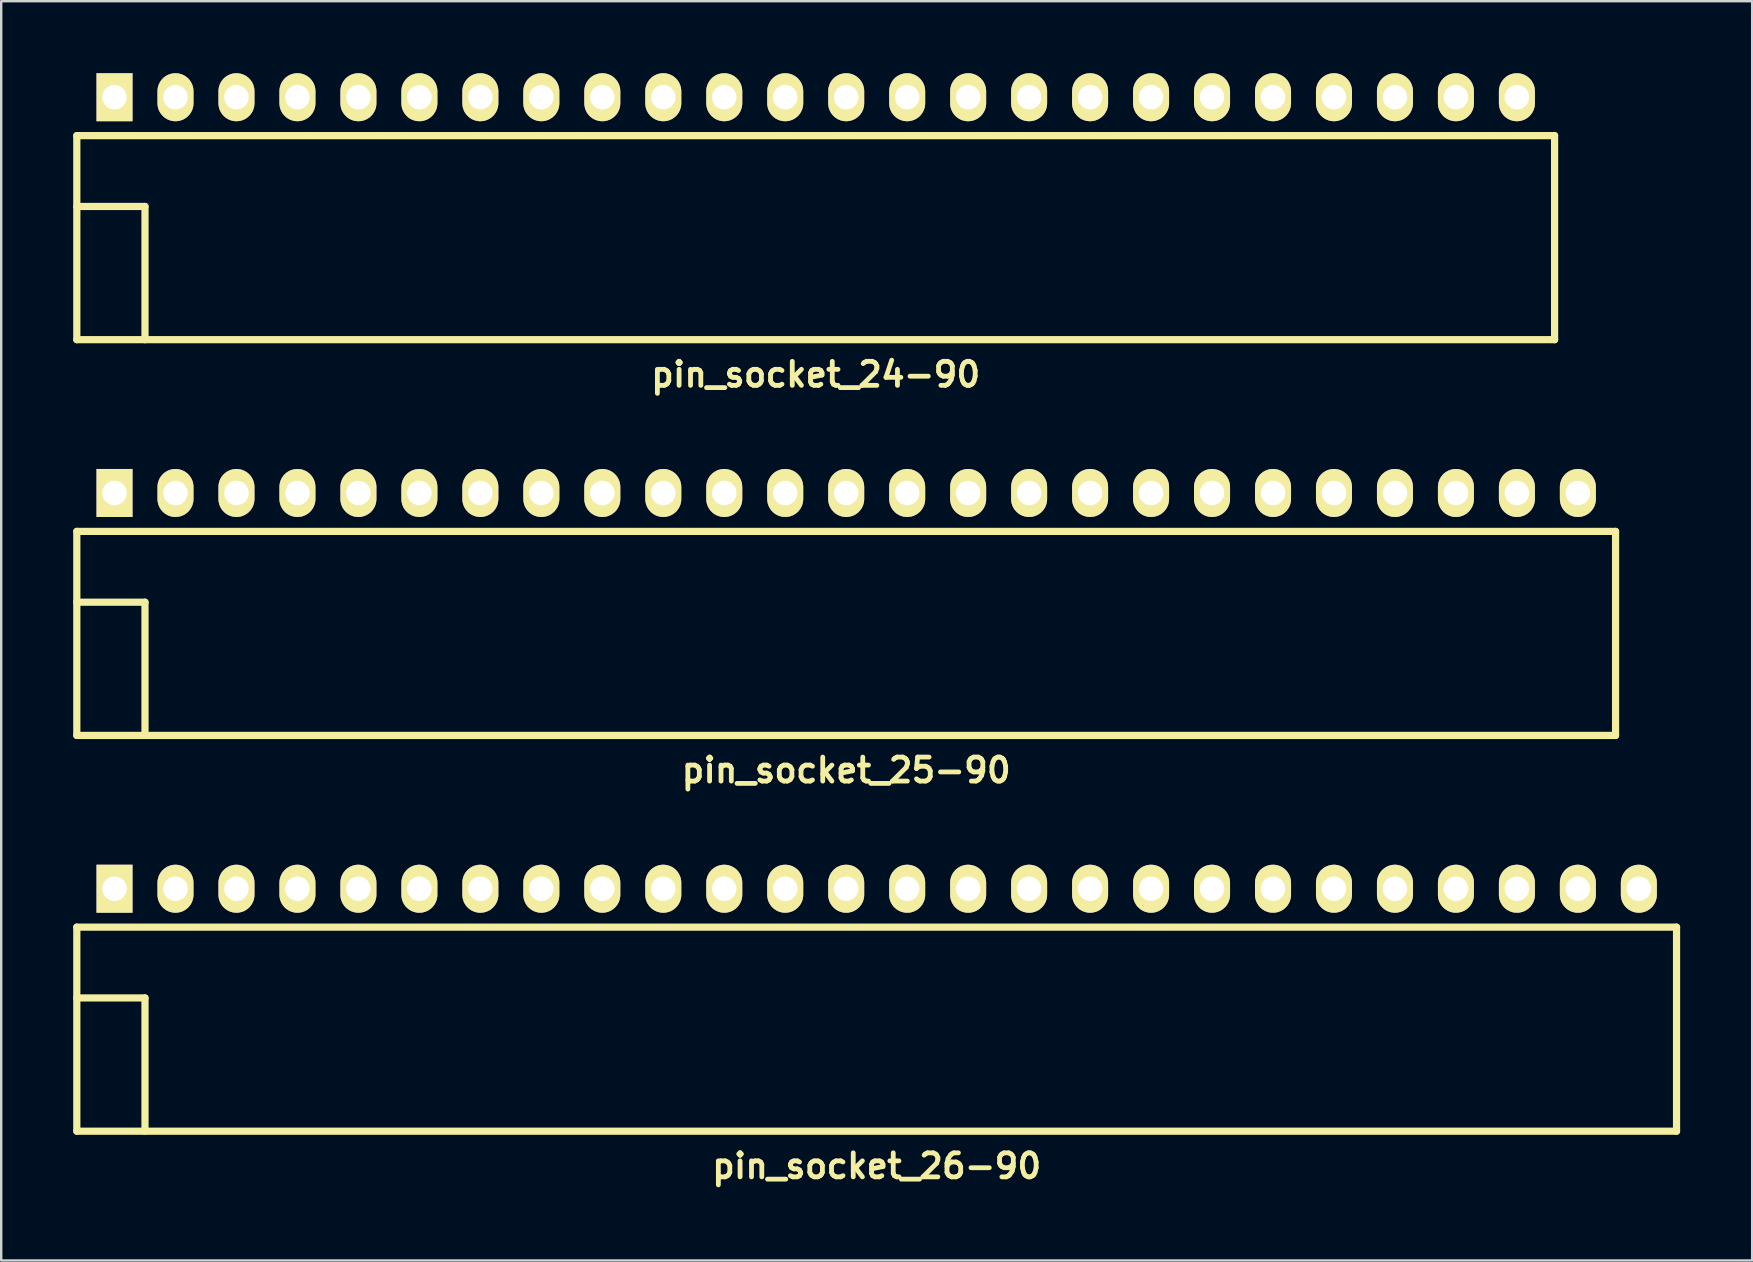
<source format=kicad_pcb>
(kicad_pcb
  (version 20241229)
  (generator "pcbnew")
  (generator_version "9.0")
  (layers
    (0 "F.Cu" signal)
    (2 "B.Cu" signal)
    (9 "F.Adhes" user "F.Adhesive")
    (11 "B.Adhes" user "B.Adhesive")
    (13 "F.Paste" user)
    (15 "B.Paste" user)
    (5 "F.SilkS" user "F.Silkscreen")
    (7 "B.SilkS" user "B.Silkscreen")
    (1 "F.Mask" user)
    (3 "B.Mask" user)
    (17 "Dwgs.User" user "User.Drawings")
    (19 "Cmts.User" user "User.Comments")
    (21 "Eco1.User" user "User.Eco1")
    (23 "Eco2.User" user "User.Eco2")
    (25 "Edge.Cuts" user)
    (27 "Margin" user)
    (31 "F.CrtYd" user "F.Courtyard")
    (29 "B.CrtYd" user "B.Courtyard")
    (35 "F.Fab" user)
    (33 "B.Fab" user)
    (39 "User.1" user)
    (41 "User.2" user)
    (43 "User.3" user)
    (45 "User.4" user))
  (footprint "pin_socket_25-90"
    (layer "F.Cu")
    (at 32.2 22.036)
    (property "Reference" "pin_socket_25-90" (at 0 7 0) (layer "F.SilkS") (effects (font (size 1 1) (thickness 0.2))))
    (attr through_hole)
    (fp_line (start -32.05 -2.95) (end -32.05 5.55) (stroke (width 0.3) (type solid)) (layer "F.SilkS"))
    (fp_line (start -32.05 -2.95) (end 32.05 -2.95) (stroke (width 0.3) (type solid)) (layer "F.SilkS"))
    (fp_line (start -32.05 0) (end -29.21 0) (stroke (width 0.3) (type solid)) (layer "F.SilkS"))
    (fp_line (start -32.05 5.55) (end 32.05 5.55) (stroke (width 0.3) (type solid)) (layer "F.SilkS"))
    (fp_line (start -29.21 0) (end -29.21 5.55) (stroke (width 0.3) (type solid)) (layer "F.SilkS"))
    (fp_line (start 32.05 -2.95) (end 32.05 5.55) (stroke (width 0.3) (type solid)) (layer "F.SilkS"))
    (pad "1" thru_hole rect (at -30.48 -4.55) (size 1.5 2) (drill 1.02) (layers "*.Cu" "*.Mask" "F.SilkS"))
    (pad "2" thru_hole oval (at -27.94 -4.55) (size 1.5 2) (drill 1.02) (layers "*.Cu" "*.Mask" "F.SilkS"))
    (pad "3" thru_hole oval (at -25.4 -4.55) (size 1.5 2) (drill 1.02) (layers "*.Cu" "*.Mask" "F.SilkS"))
    (pad "4" thru_hole oval (at -22.86 -4.55) (size 1.5 2) (drill 1.02) (layers "*.Cu" "*.Mask" "F.SilkS"))
    (pad "5" thru_hole oval (at -20.32 -4.55) (size 1.5 2) (drill 1.02) (layers "*.Cu" "*.Mask" "F.SilkS"))
    (pad "6" thru_hole oval (at -17.78 -4.55) (size 1.5 2) (drill 1.02) (layers "*.Cu" "*.Mask" "F.SilkS"))
    (pad "7" thru_hole oval (at -15.24 -4.55) (size 1.5 2) (drill 1.02) (layers "*.Cu" "*.Mask" "F.SilkS"))
    (pad "8" thru_hole oval (at -12.7 -4.55) (size 1.5 2) (drill 1.02) (layers "*.Cu" "*.Mask" "F.SilkS"))
    (pad "9" thru_hole oval (at -10.16 -4.55) (size 1.5 2) (drill 1.02) (layers "*.Cu" "*.Mask" "F.SilkS"))
    (pad "10" thru_hole oval (at -7.62 -4.55) (size 1.5 2) (drill 1.02) (layers "*.Cu" "*.Mask" "F.SilkS"))
    (pad "12" thru_hole oval (at -2.54 -4.55) (size 1.5 2) (drill 1.02) (layers "*.Cu" "*.Mask" "F.SilkS"))
    (pad "13" thru_hole oval (at 0 -4.55) (size 1.5 2) (drill 1.02) (layers "*.Cu" "*.Mask" "F.SilkS"))
    (pad "14" thru_hole oval (at 2.54 -4.55) (size 1.5 2) (drill 1.02) (layers "*.Cu" "*.Mask" "F.SilkS"))
    (pad "15" thru_hole oval (at 5.08 -4.55) (size 1.5 2) (drill 1.02) (layers "*.Cu" "*.Mask" "F.SilkS"))
    (pad "16" thru_hole oval (at 7.62 -4.55) (size 1.5 2) (drill 1.02) (layers "*.Cu" "*.Mask" "F.SilkS"))
    (pad "17" thru_hole oval (at 10.16 -4.55) (size 1.5 2) (drill 1.02) (layers "*.Cu" "*.Mask" "F.SilkS"))
    (pad "18" thru_hole oval (at 12.7 -4.55) (size 1.5 2) (drill 1.02) (layers "*.Cu" "*.Mask" "F.SilkS"))
    (pad "19" thru_hole oval (at 15.24 -4.55) (size 1.5 2) (drill 1.02) (layers "*.Cu" "*.Mask" "F.SilkS"))
    (pad "20" thru_hole oval (at 17.78 -4.55) (size 1.5 2) (drill 1.02) (layers "*.Cu" "*.Mask" "F.SilkS"))
    (pad "21" thru_hole oval (at 20.32 -4.55) (size 1.5 2) (drill 1.02) (layers "*.Cu" "*.Mask" "F.SilkS"))
    (pad "22" thru_hole oval (at 22.86 -4.55) (size 1.5 2) (drill 1.02) (layers "*.Cu" "*.Mask" "F.SilkS"))
    (pad "23" thru_hole oval (at 25.4 -4.55) (size 1.5 2) (drill 1.02) (layers "*.Cu" "*.Mask" "F.SilkS"))
    (pad "24" thru_hole oval (at 27.94 -4.55) (size 1.5 2) (drill 1.02) (layers "*.Cu" "*.Mask" "F.SilkS"))
    (pad "25" thru_hole oval (at 30.48 -4.55) (size 1.5 2) (drill 1.02) (layers "*.Cu" "*.Mask" "F.SilkS"))
    (pad "1121" thru_hole oval (at -5.08 -4.55) (size 1.5 2) (drill 1.02) (layers "*.Cu" "*.Mask" "F.SilkS")))
  (footprint "pin_socket_26-90"
    (layer "F.Cu")
    (at 33.47 38.522)
    (property "Reference" "pin_socket_26-90" (at 0 7 0) (layer "F.SilkS") (effects (font (size 1 1) (thickness 0.2))))
    (attr through_hole)
    (fp_line (start -33.32 -2.95) (end -33.32 5.55) (stroke (width 0.3) (type solid)) (layer "F.SilkS"))
    (fp_line (start -33.32 -2.95) (end 33.32 -2.95) (stroke (width 0.3) (type solid)) (layer "F.SilkS"))
    (fp_line (start -33.32 0) (end -30.48 0) (stroke (width 0.3) (type solid)) (layer "F.SilkS"))
    (fp_line (start -33.32 5.55) (end 33.32 5.55) (stroke (width 0.3) (type solid)) (layer "F.SilkS"))
    (fp_line (start -30.48 0) (end -30.48 5.55) (stroke (width 0.3) (type solid)) (layer "F.SilkS"))
    (fp_line (start 33.32 -2.95) (end 33.32 5.55) (stroke (width 0.3) (type solid)) (layer "F.SilkS"))
    (pad "1" thru_hole rect (at -31.75 -4.55) (size 1.5 2) (drill 1.02) (layers "*.Cu" "*.Mask" "F.SilkS"))
    (pad "2" thru_hole oval (at -29.21 -4.55) (size 1.5 2) (drill 1.02) (layers "*.Cu" "*.Mask" "F.SilkS"))
    (pad "3" thru_hole oval (at -26.67 -4.55) (size 1.5 2) (drill 1.02) (layers "*.Cu" "*.Mask" "F.SilkS"))
    (pad "4" thru_hole oval (at -24.13 -4.55) (size 1.5 2) (drill 1.02) (layers "*.Cu" "*.Mask" "F.SilkS"))
    (pad "5" thru_hole oval (at -21.59 -4.55) (size 1.5 2) (drill 1.02) (layers "*.Cu" "*.Mask" "F.SilkS"))
    (pad "6" thru_hole oval (at -19.05 -4.55) (size 1.5 2) (drill 1.02) (layers "*.Cu" "*.Mask" "F.SilkS"))
    (pad "7" thru_hole oval (at -16.51 -4.55) (size 1.5 2) (drill 1.02) (layers "*.Cu" "*.Mask" "F.SilkS"))
    (pad "8" thru_hole oval (at -13.97 -4.55) (size 1.5 2) (drill 1.02) (layers "*.Cu" "*.Mask" "F.SilkS"))
    (pad "9" thru_hole oval (at -11.43 -4.55) (size 1.5 2) (drill 1.02) (layers "*.Cu" "*.Mask" "F.SilkS"))
    (pad "10" thru_hole oval (at -8.89 -4.55) (size 1.5 2) (drill 1.02) (layers "*.Cu" "*.Mask" "F.SilkS"))
    (pad "12" thru_hole oval (at -3.81 -4.55) (size 1.5 2) (drill 1.02) (layers "*.Cu" "*.Mask" "F.SilkS"))
    (pad "13" thru_hole oval (at -1.27 -4.55) (size 1.5 2) (drill 1.02) (layers "*.Cu" "*.Mask" "F.SilkS"))
    (pad "14" thru_hole oval (at 1.27 -4.55) (size 1.5 2) (drill 1.02) (layers "*.Cu" "*.Mask" "F.SilkS"))
    (pad "15" thru_hole oval (at 3.81 -4.55) (size 1.5 2) (drill 1.02) (layers "*.Cu" "*.Mask" "F.SilkS"))
    (pad "16" thru_hole oval (at 6.35 -4.55) (size 1.5 2) (drill 1.02) (layers "*.Cu" "*.Mask" "F.SilkS"))
    (pad "17" thru_hole oval (at 8.89 -4.55) (size 1.5 2) (drill 1.02) (layers "*.Cu" "*.Mask" "F.SilkS"))
    (pad "18" thru_hole oval (at 11.43 -4.55) (size 1.5 2) (drill 1.02) (layers "*.Cu" "*.Mask" "F.SilkS"))
    (pad "19" thru_hole oval (at 13.97 -4.55) (size 1.5 2) (drill 1.02) (layers "*.Cu" "*.Mask" "F.SilkS"))
    (pad "20" thru_hole oval (at 16.51 -4.55) (size 1.5 2) (drill 1.02) (layers "*.Cu" "*.Mask" "F.SilkS"))
    (pad "21" thru_hole oval (at 19.05 -4.55) (size 1.5 2) (drill 1.02) (layers "*.Cu" "*.Mask" "F.SilkS"))
    (pad "22" thru_hole oval (at 21.59 -4.55) (size 1.5 2) (drill 1.02) (layers "*.Cu" "*.Mask" "F.SilkS"))
    (pad "23" thru_hole oval (at 24.13 -4.55) (size 1.5 2) (drill 1.02) (layers "*.Cu" "*.Mask" "F.SilkS"))
    (pad "24" thru_hole oval (at 26.67 -4.55) (size 1.5 2) (drill 1.02) (layers "*.Cu" "*.Mask" "F.SilkS"))
    (pad "25" thru_hole oval (at 29.21 -4.55) (size 1.5 2) (drill 1.02) (layers "*.Cu" "*.Mask" "F.SilkS"))
    (pad "26" thru_hole oval (at 31.75 -4.55) (size 1.5 2) (drill 1.02) (layers "*.Cu" "*.Mask" "F.SilkS"))
    (pad "1121" thru_hole oval (at -6.35 -4.55) (size 1.5 2) (drill 1.02) (layers "*.Cu" "*.Mask" "F.SilkS")))
  (footprint "pin_socket_24-90"
    (layer "F.Cu")
    (at 30.93 5.55)
    (property "Reference" "pin_socket_24-90" (at 0 7 0) (layer "F.SilkS") (effects (font (size 1 1) (thickness 0.2))))
    (attr through_hole)
    (fp_line (start -30.78 -2.95) (end -30.78 5.55) (stroke (width 0.3) (type solid)) (layer "F.SilkS"))
    (fp_line (start -30.78 -2.95) (end 30.78 -2.95) (stroke (width 0.3) (type solid)) (layer "F.SilkS"))
    (fp_line (start -30.78 0) (end -27.94 0) (stroke (width 0.3) (type solid)) (layer "F.SilkS"))
    (fp_line (start -30.78 5.55) (end 30.78 5.55) (stroke (width 0.3) (type solid)) (layer "F.SilkS"))
    (fp_line (start -27.94 0) (end -27.94 5.55) (stroke (width 0.3) (type solid)) (layer "F.SilkS"))
    (fp_line (start 30.78 -2.95) (end 30.78 5.55) (stroke (width 0.3) (type solid)) (layer "F.SilkS"))
    (pad "1" thru_hole rect (at -29.21 -4.55) (size 1.5 2) (drill 1.02) (layers "*.Cu" "*.Mask" "F.SilkS"))
    (pad "2" thru_hole oval (at -26.67 -4.55) (size 1.5 2) (drill 1.02) (layers "*.Cu" "*.Mask" "F.SilkS"))
    (pad "3" thru_hole oval (at -24.13 -4.55) (size 1.5 2) (drill 1.02) (layers "*.Cu" "*.Mask" "F.SilkS"))
    (pad "4" thru_hole oval (at -21.59 -4.55) (size 1.5 2) (drill 1.02) (layers "*.Cu" "*.Mask" "F.SilkS"))
    (pad "5" thru_hole oval (at -19.05 -4.55) (size 1.5 2) (drill 1.02) (layers "*.Cu" "*.Mask" "F.SilkS"))
    (pad "6" thru_hole oval (at -16.51 -4.55) (size 1.5 2) (drill 1.02) (layers "*.Cu" "*.Mask" "F.SilkS"))
    (pad "7" thru_hole oval (at -13.97 -4.55) (size 1.5 2) (drill 1.02) (layers "*.Cu" "*.Mask" "F.SilkS"))
    (pad "8" thru_hole oval (at -11.43 -4.55) (size 1.5 2) (drill 1.02) (layers "*.Cu" "*.Mask" "F.SilkS"))
    (pad "9" thru_hole oval (at -8.89 -4.55) (size 1.5 2) (drill 1.02) (layers "*.Cu" "*.Mask" "F.SilkS"))
    (pad "10" thru_hole oval (at -6.35 -4.55) (size 1.5 2) (drill 1.02) (layers "*.Cu" "*.Mask" "F.SilkS"))
    (pad "12" thru_hole oval (at -1.27 -4.55) (size 1.5 2) (drill 1.02) (layers "*.Cu" "*.Mask" "F.SilkS"))
    (pad "13" thru_hole oval (at 1.27 -4.55) (size 1.5 2) (drill 1.02) (layers "*.Cu" "*.Mask" "F.SilkS"))
    (pad "14" thru_hole oval (at 3.81 -4.55) (size 1.5 2) (drill 1.02) (layers "*.Cu" "*.Mask" "F.SilkS"))
    (pad "15" thru_hole oval (at 6.35 -4.55) (size 1.5 2) (drill 1.02) (layers "*.Cu" "*.Mask" "F.SilkS"))
    (pad "16" thru_hole oval (at 8.89 -4.55) (size 1.5 2) (drill 1.02) (layers "*.Cu" "*.Mask" "F.SilkS"))
    (pad "17" thru_hole oval (at 11.43 -4.55) (size 1.5 2) (drill 1.02) (layers "*.Cu" "*.Mask" "F.SilkS"))
    (pad "18" thru_hole oval (at 13.97 -4.55) (size 1.5 2) (drill 1.02) (layers "*.Cu" "*.Mask" "F.SilkS"))
    (pad "19" thru_hole oval (at 16.51 -4.55) (size 1.5 2) (drill 1.02) (layers "*.Cu" "*.Mask" "F.SilkS"))
    (pad "20" thru_hole oval (at 19.05 -4.55) (size 1.5 2) (drill 1.02) (layers "*.Cu" "*.Mask" "F.SilkS"))
    (pad "21" thru_hole oval (at 21.59 -4.55) (size 1.5 2) (drill 1.02) (layers "*.Cu" "*.Mask" "F.SilkS"))
    (pad "22" thru_hole oval (at 24.13 -4.55) (size 1.5 2) (drill 1.02) (layers "*.Cu" "*.Mask" "F.SilkS"))
    (pad "23" thru_hole oval (at 26.67 -4.55) (size 1.5 2) (drill 1.02) (layers "*.Cu" "*.Mask" "F.SilkS"))
    (pad "24" thru_hole oval (at 29.21 -4.55) (size 1.5 2) (drill 1.02) (layers "*.Cu" "*.Mask" "F.SilkS"))
    (pad "1121" thru_hole oval (at -3.81 -4.55) (size 1.5 2) (drill 1.02) (layers "*.Cu" "*.Mask" "F.SilkS")))
  (gr_rect
    (start -3 -3)
    (end 69.94 49.458)
    (stroke (width 0.1) (type default))
    (fill no)
    (layer "Edge.Cuts")))
</source>
